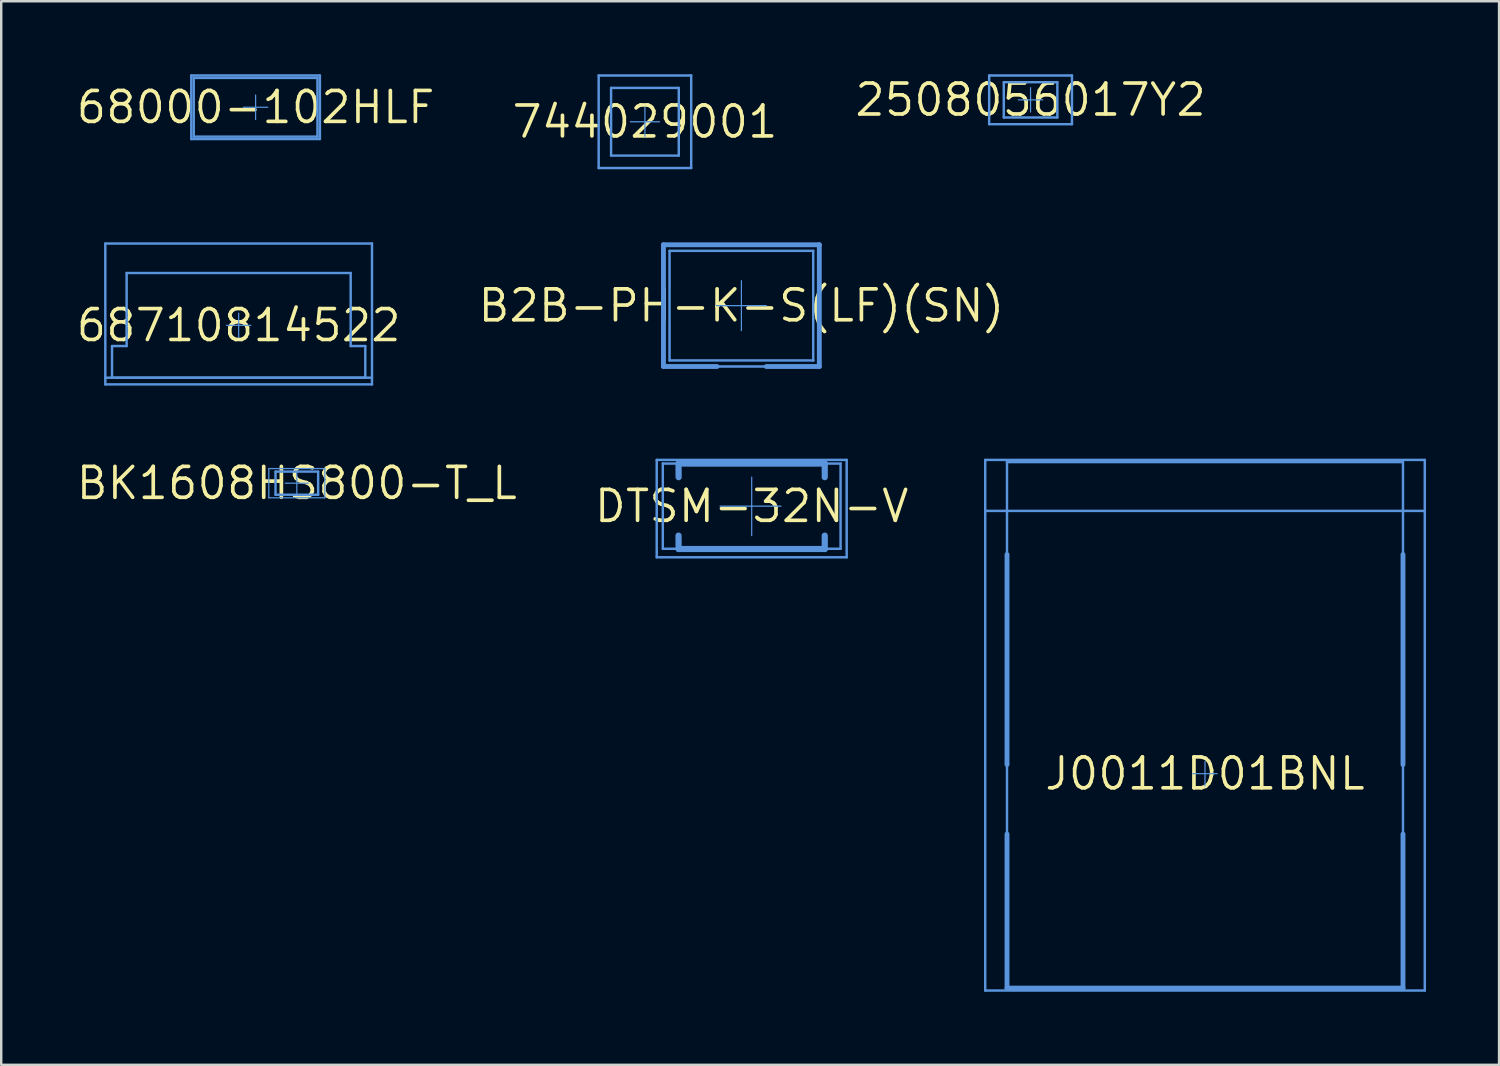
<source format=kicad_pcb>
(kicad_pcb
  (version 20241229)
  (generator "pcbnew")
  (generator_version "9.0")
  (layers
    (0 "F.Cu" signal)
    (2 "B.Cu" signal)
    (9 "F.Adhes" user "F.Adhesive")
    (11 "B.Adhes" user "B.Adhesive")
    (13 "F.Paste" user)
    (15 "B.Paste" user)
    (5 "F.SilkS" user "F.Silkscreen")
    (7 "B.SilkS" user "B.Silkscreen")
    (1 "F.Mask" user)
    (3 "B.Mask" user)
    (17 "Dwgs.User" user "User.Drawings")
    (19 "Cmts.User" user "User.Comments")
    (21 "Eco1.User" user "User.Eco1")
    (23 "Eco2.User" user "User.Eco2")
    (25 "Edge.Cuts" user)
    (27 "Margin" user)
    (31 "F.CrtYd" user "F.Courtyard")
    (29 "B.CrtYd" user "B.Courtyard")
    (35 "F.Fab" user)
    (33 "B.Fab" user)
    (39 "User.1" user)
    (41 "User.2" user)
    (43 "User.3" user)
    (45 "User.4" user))
  (footprint "68710814522"
    (layer "F.Cu")
    (at 6.75 10.31)
    (property "Reference" "68710814522" (at 0 0 0) (layer "F.SilkS") (effects (font (size 1.27 1.27) (thickness 0.15))))
    (attr through_hole)
    (fp_line (start -5.475 -3.36) (end 5.475 -3.36) (stroke (width 0.05) (type solid)) (layer "Cmts.User"))
    (fp_line (start -5.475 -3.36) (end 5.475 -3.36) (stroke (width 0.1) (type solid)) (layer "Cmts.User"))
    (fp_line (start -5.475 2.15) (end 5.475 2.15) (stroke (width 0.1) (type solid)) (layer "Cmts.User"))
    (fp_line (start -5.475 2.425) (end -5.475 -3.36) (stroke (width 0.05) (type solid)) (layer "Cmts.User"))
    (fp_line (start -5.475 2.425) (end -5.475 -3.36) (stroke (width 0.1) (type solid)) (layer "Cmts.User"))
    (fp_line (start -5.475 2.425) (end 5.475 2.425) (stroke (width 0.05) (type solid)) (layer "Cmts.User"))
    (fp_line (start -5.475 2.425) (end 5.475 2.425) (stroke (width 0.1) (type solid)) (layer "Cmts.User"))
    (fp_line (start -5.2 0.85) (end -4.6 0.85) (stroke (width 0.1) (type solid)) (layer "Cmts.User"))
    (fp_line (start -5.2 2.15) (end -5.2 0.85) (stroke (width 0.1) (type solid)) (layer "Cmts.User"))
    (fp_line (start -5.2 2.15) (end 5.2 2.15) (stroke (width 0.1) (type solid)) (layer "Cmts.User"))
    (fp_line (start -4.6 -2.15) (end 4.6 -2.15) (stroke (width 0.1) (type solid)) (layer "Cmts.User"))
    (fp_line (start -4.6 0.85) (end -4.6 -2.15) (stroke (width 0.1) (type solid)) (layer "Cmts.User"))
    (fp_line (start -0.5 0) (end 0.5 0) (stroke (width 0.05) (type solid)) (layer "Cmts.User"))
    (fp_line (start 0 0.5) (end 0 -0.5) (stroke (width 0.05) (type solid)) (layer "Cmts.User"))
    (fp_line (start 4.6 0.85) (end 4.6 -2.15) (stroke (width 0.1) (type solid)) (layer "Cmts.User"))
    (fp_line (start 4.6 0.85) (end 5.2 0.85) (stroke (width 0.1) (type solid)) (layer "Cmts.User"))
    (fp_line (start 5.2 2.15) (end 5.2 0.85) (stroke (width 0.1) (type solid)) (layer "Cmts.User"))
    (fp_line (start 5.475 2.425) (end 5.475 -3.36) (stroke (width 0.05) (type solid)) (layer "Cmts.User"))
    (fp_line (start 5.475 2.425) (end 5.475 -3.36) (stroke (width 0.1) (type solid)) (layer "Cmts.User")))
  (footprint "BK1608HS800-T_L"
    (layer "F.Cu")
    (at 9.139 16.791)
    (property "Reference" "BK1608HS800-T_L" (at 0 0 0) (layer "F.SilkS") (effects (font (size 1.27 1.27) (thickness 0.15))))
    (attr through_hole)
    (fp_line (start -1.15 -0.6) (end 1.15 -0.6) (stroke (width 0.05) (type solid)) (layer "Cmts.User"))
    (fp_line (start -1.15 0.6) (end -1.15 -0.6) (stroke (width 0.05) (type solid)) (layer "Cmts.User"))
    (fp_line (start -1.15 0.6) (end 1.15 0.6) (stroke (width 0.05) (type solid)) (layer "Cmts.User"))
    (fp_line (start -0.875 -0.475) (end 0.875 -0.475) (stroke (width 0.1) (type solid)) (layer "Cmts.User"))
    (fp_line (start -0.875 0.475) (end -0.875 -0.475) (stroke (width 0.1) (type solid)) (layer "Cmts.User"))
    (fp_line (start -0.875 0.475) (end 0.875 0.475) (stroke (width 0.1) (type solid)) (layer "Cmts.User"))
    (fp_line (start -0.475 0) (end 0.475 0) (stroke (width 0.05) (type solid)) (layer "Cmts.User"))
    (fp_line (start 0 0.475) (end 0 -0.475) (stroke (width 0.05) (type solid)) (layer "Cmts.User"))
    (fp_line (start 0.875 0.475) (end 0.875 -0.475) (stroke (width 0.1) (type solid)) (layer "Cmts.User"))
    (fp_line (start 1.15 0.6) (end 1.15 -0.6) (stroke (width 0.05) (type solid)) (layer "Cmts.User")))
  (footprint "68000-102HLF"
    (layer "F.Cu")
    (at 7.446 1.355)
    (property "Reference" "68000-102HLF" (at 0 0 0) (layer "F.SilkS") (effects (font (size 1.27 1.27) (thickness 0.15))))
    (attr through_hole)
    (fp_line (start -2.64 -1.305) (end 2.64 -1.305) (stroke (width 0.05) (type solid)) (layer "Cmts.User"))
    (fp_line (start -2.64 -1.305) (end 2.64 -1.305) (stroke (width 0.1) (type solid)) (layer "Cmts.User"))
    (fp_line (start -2.64 1.305) (end -2.64 -1.305) (stroke (width 0.05) (type solid)) (layer "Cmts.User"))
    (fp_line (start -2.64 1.305) (end -2.64 -1.305) (stroke (width 0.1) (type solid)) (layer "Cmts.User"))
    (fp_line (start -2.64 1.305) (end 2.64 1.305) (stroke (width 0.05) (type solid)) (layer "Cmts.User"))
    (fp_line (start -2.64 1.305) (end 2.64 1.305) (stroke (width 0.1) (type solid)) (layer "Cmts.User"))
    (fp_line (start -2.54 -1.205) (end 2.54 -1.205) (stroke (width 0.1) (type solid)) (layer "Cmts.User"))
    (fp_line (start -2.54 1.205) (end -2.54 -1.205) (stroke (width 0.1) (type solid)) (layer "Cmts.User"))
    (fp_line (start -2.54 1.205) (end 2.54 1.205) (stroke (width 0.1) (type solid)) (layer "Cmts.User"))
    (fp_line (start -0.5 0) (end 0.5 0) (stroke (width 0.05) (type solid)) (layer "Cmts.User"))
    (fp_line (start 0 0.5) (end 0 -0.5) (stroke (width 0.05) (type solid)) (layer "Cmts.User"))
    (fp_line (start 2.54 1.205) (end 2.54 -1.205) (stroke (width 0.1) (type solid)) (layer "Cmts.User"))
    (fp_line (start 2.64 1.305) (end 2.64 -1.305) (stroke (width 0.05) (type solid)) (layer "Cmts.User"))
    (fp_line (start 2.64 1.305) (end 2.64 -1.305) (stroke (width 0.1) (type solid)) (layer "Cmts.User")))
  (footprint "B2B-PH-K-S(LF)(SN)"
    (layer "F.Cu")
    (at 27.394 9.5)
    (property "Reference" "B2B-PH-K-S(LF)(SN)" (at 0 0 0) (layer "F.SilkS") (effects (font (size 1.27 1.27) (thickness 0.15))))
    (attr through_hole)
    (fp_line (start -3.2 -2.5) (end 3.2 -2.5) (stroke (width 0.05) (type solid)) (layer "Cmts.User"))
    (fp_line (start -3.2 -2.5) (end 3.2 -2.5) (stroke (width 0.1) (type solid)) (layer "Cmts.User"))
    (fp_line (start -3.2 -2.5) (end 3.2 -2.5) (stroke (width 0.2) (type solid)) (layer "Cmts.User"))
    (fp_line (start -3.2 2.5) (end -3.2 -2.5) (stroke (width 0.05) (type solid)) (layer "Cmts.User"))
    (fp_line (start -3.2 2.5) (end -3.2 -2.5) (stroke (width 0.1) (type solid)) (layer "Cmts.User"))
    (fp_line (start -3.2 2.5) (end -3.2 -2.5) (stroke (width 0.2) (type solid)) (layer "Cmts.User"))
    (fp_line (start -3.2 2.5) (end -1 2.5) (stroke (width 0.2) (type solid)) (layer "Cmts.User"))
    (fp_line (start -3.2 2.5) (end 3.2 2.5) (stroke (width 0.05) (type solid)) (layer "Cmts.User"))
    (fp_line (start -3.2 2.5) (end 3.2 2.5) (stroke (width 0.1) (type solid)) (layer "Cmts.User"))
    (fp_line (start -2.95 -2.25) (end 2.95 -2.25) (stroke (width 0.1) (type solid)) (layer "Cmts.User"))
    (fp_line (start -2.95 2.25) (end -2.95 -2.25) (stroke (width 0.1) (type solid)) (layer "Cmts.User"))
    (fp_line (start -2.95 2.25) (end 2.95 2.25) (stroke (width 0.1) (type solid)) (layer "Cmts.User"))
    (fp_line (start -1.024 0) (end 0 0) (stroke (width 0.05) (type solid)) (layer "Cmts.User"))
    (fp_line (start 0 0) (end 0 -1.024) (stroke (width 0.05) (type solid)) (layer "Cmts.User"))
    (fp_line (start 0 0) (end 1.024 0) (stroke (width 0.05) (type solid)) (layer "Cmts.User"))
    (fp_line (start 0 1.024) (end 0 0) (stroke (width 0.05) (type solid)) (layer "Cmts.User"))
    (fp_line (start 1.024 2.5) (end 3.2 2.5) (stroke (width 0.2) (type solid)) (layer "Cmts.User"))
    (fp_line (start 2.95 2.25) (end 2.95 2.25) (stroke (width 0.1) (type solid)) (layer "Cmts.User"))
    (fp_line (start 2.95 2.25) (end 2.95 -2.25) (stroke (width 0.1) (type solid)) (layer "Cmts.User"))
    (fp_line (start 3.2 2.5) (end 3.2 -2.5) (stroke (width 0.05) (type solid)) (layer "Cmts.User"))
    (fp_line (start 3.2 2.5) (end 3.2 -2.5) (stroke (width 0.1) (type solid)) (layer "Cmts.User"))
    (fp_line (start 3.2 2.5) (end 3.2 -2.5) (stroke (width 0.2) (type solid)) (layer "Cmts.User")))
  (footprint "J0011D01BNL"
    (layer "F.Cu")
    (at 46.431 28.72)
    (property "Reference" "J0011D01BNL" (at 0 0 0) (layer "F.SilkS") (effects (font (size 1.27 1.27) (thickness 0.15))))
    (attr through_hole)
    (fp_line (start -9.025 -12.885) (end 9.025 -12.885) (stroke (width 0.05) (type solid)) (layer "Cmts.User"))
    (fp_line (start -9.025 -12.885) (end 9.025 -12.885) (stroke (width 0.1) (type solid)) (layer "Cmts.User"))
    (fp_line (start -9.025 -10.79) (end 9.025 -10.79) (stroke (width 0.1) (type solid)) (layer "Cmts.User"))
    (fp_line (start -9.025 8.905) (end -9.025 -12.885) (stroke (width 0.05) (type solid)) (layer "Cmts.User"))
    (fp_line (start -9.025 8.905) (end -9.025 -12.885) (stroke (width 0.1) (type solid)) (layer "Cmts.User"))
    (fp_line (start -9.025 8.905) (end 9.025 8.905) (stroke (width 0.05) (type solid)) (layer "Cmts.User"))
    (fp_line (start -9.025 8.905) (end 9.025 8.905) (stroke (width 0.1) (type solid)) (layer "Cmts.User"))
    (fp_line (start -8.13 -12.794) (end 8.13 -12.794) (stroke (width 0.1) (type solid)) (layer "Cmts.User"))
    (fp_line (start -8.13 -12.785) (end -8.13 -12.794) (stroke (width 0.1) (type solid)) (layer "Cmts.User"))
    (fp_line (start -8.13 -0.372) (end -8.13 -9) (stroke (width 0.2) (type solid)) (layer "Cmts.User"))
    (fp_line (start -8.13 8.805) (end -8.13 -12.785) (stroke (width 0.1) (type solid)) (layer "Cmts.User"))
    (fp_line (start -8.13 8.805) (end -8.13 2.482) (stroke (width 0.2) (type solid)) (layer "Cmts.User"))
    (fp_line (start -8.13 8.805) (end 8.13 8.805) (stroke (width 0.1) (type solid)) (layer "Cmts.User"))
    (fp_line (start -8.13 8.805) (end 8.13 8.805) (stroke (width 0.2) (type solid)) (layer "Cmts.User"))
    (fp_line (start -0.5 0) (end 0.5 0) (stroke (width 0.05) (type solid)) (layer "Cmts.User"))
    (fp_line (start 0 0.5) (end 0 -0.5) (stroke (width 0.05) (type solid)) (layer "Cmts.User"))
    (fp_line (start 8.13 8.805) (end 8.13 -12.794) (stroke (width 0.1) (type solid)) (layer "Cmts.User"))
    (fp_line (start 8.13 8.805) (end 8.13 8.805) (stroke (width 0.1) (type solid)) (layer "Cmts.User"))
    (fp_line (start 8.13 -0.372) (end 8.13 -9) (stroke (width 0.2) (type solid)) (layer "Cmts.User"))
    (fp_line (start 8.13 8.805) (end 8.13 2.482) (stroke (width 0.2) (type solid)) (layer "Cmts.User"))
    (fp_line (start 9.025 8.905) (end 9.025 -12.885) (stroke (width 0.05) (type solid)) (layer "Cmts.User"))
    (fp_line (start 9.025 8.905) (end 9.025 -12.885) (stroke (width 0.1) (type solid)) (layer "Cmts.User")))
  (footprint "2508056017Y2"
    (layer "F.Cu")
    (at 39.268 1.05)
    (property "Reference" "2508056017Y2" (at 0 0 0) (layer "F.SilkS") (effects (font (size 1.27 1.27) (thickness 0.15))))
    (attr through_hole)
    (fp_line (start -1.7 -1) (end 1.7 -1) (stroke (width 0.05) (type solid)) (layer "Cmts.User"))
    (fp_line (start -1.7 -1) (end 1.7 -1) (stroke (width 0.1) (type solid)) (layer "Cmts.User"))
    (fp_line (start -1.7 1) (end -1.7 -1) (stroke (width 0.05) (type solid)) (layer "Cmts.User"))
    (fp_line (start -1.7 1) (end -1.7 -1) (stroke (width 0.1) (type solid)) (layer "Cmts.User"))
    (fp_line (start -1.7 1) (end 1.7 1) (stroke (width 0.05) (type solid)) (layer "Cmts.User"))
    (fp_line (start -1.7 1) (end 1.7 1) (stroke (width 0.1) (type solid)) (layer "Cmts.User"))
    (fp_line (start -1.1 -0.725) (end 1.1 -0.725) (stroke (width 0.1) (type solid)) (layer "Cmts.User"))
    (fp_line (start -1.1 0.725) (end -1.1 -0.725) (stroke (width 0.1) (type solid)) (layer "Cmts.User"))
    (fp_line (start -1.1 0.725) (end 1.1 0.725) (stroke (width 0.1) (type solid)) (layer "Cmts.User"))
    (fp_line (start -0.5 0) (end 0.5 0) (stroke (width 0.05) (type solid)) (layer "Cmts.User"))
    (fp_line (start 0 0.5) (end 0 -0.5) (stroke (width 0.05) (type solid)) (layer "Cmts.User"))
    (fp_line (start 1.1 0.725) (end 1.1 -0.725) (stroke (width 0.1) (type solid)) (layer "Cmts.User"))
    (fp_line (start 1.7 1) (end 1.7 -1) (stroke (width 0.05) (type solid)) (layer "Cmts.User"))
    (fp_line (start 1.7 1) (end 1.7 -1) (stroke (width 0.1) (type solid)) (layer "Cmts.User")))
  (footprint "DTSM-32N-V"
    (layer "F.Cu")
    (at 27.817 17.735)
    (property "Reference" "DTSM-32N-V" (at 0 0 0) (layer "F.SilkS") (effects (font (size 1.27 1.27) (thickness 0.15))))
    (attr through_hole)
    (fp_line (start -3.9 -1.9) (end 3.9 -1.9) (stroke (width 0.05) (type solid)) (layer "Cmts.User"))
    (fp_line (start -3.9 -1.9) (end 3.9 -1.9) (stroke (width 0.1) (type solid)) (layer "Cmts.User"))
    (fp_line (start -3.9 2.1) (end -3.9 -1.9) (stroke (width 0.05) (type solid)) (layer "Cmts.User"))
    (fp_line (start -3.9 2.1) (end -3.9 -1.9) (stroke (width 0.1) (type solid)) (layer "Cmts.User"))
    (fp_line (start -3.9 2.1) (end 3.9 2.1) (stroke (width 0.05) (type solid)) (layer "Cmts.User"))
    (fp_line (start -3.9 2.1) (end 3.9 2.1) (stroke (width 0.1) (type solid)) (layer "Cmts.User"))
    (fp_line (start -3.65 -1.75) (end 3.65 -1.75) (stroke (width 0.1) (type solid)) (layer "Cmts.User"))
    (fp_line (start -3.65 1.75) (end -3.65 -1.75) (stroke (width 0.1) (type solid)) (layer "Cmts.User"))
    (fp_line (start -3.65 1.75) (end 3.65 1.75) (stroke (width 0.1) (type solid)) (layer "Cmts.User"))
    (fp_line (start -3.005 -1.75) (end -3 -1.191) (stroke (width 0.254) (type solid)) (layer "Cmts.User"))
    (fp_line (start -3.005 1.209) (end -3 1.759) (stroke (width 0.254) (type solid)) (layer "Cmts.User"))
    (fp_line (start -3 -1.75) (end 3 -1.75) (stroke (width 0.254) (type solid)) (layer "Cmts.User"))
    (fp_line (start -3 1.759) (end 3 1.759) (stroke (width 0.254) (type solid)) (layer "Cmts.User"))
    (fp_line (start -1.3 0) (end 0 0) (stroke (width 0.05) (type solid)) (layer "Cmts.User"))
    (fp_line (start 0 0) (end 0 -1.191) (stroke (width 0.05) (type solid)) (layer "Cmts.User"))
    (fp_line (start 0 0) (end 1.2 0) (stroke (width 0.05) (type solid)) (layer "Cmts.User"))
    (fp_line (start 0 1.209) (end 0 0) (stroke (width 0.05) (type solid)) (layer "Cmts.User"))
    (fp_line (start 3 -1.191) (end 3 -1.75) (stroke (width 0.254) (type solid)) (layer "Cmts.User"))
    (fp_line (start 3 1.759) (end 3 1.209) (stroke (width 0.254) (type solid)) (layer "Cmts.User"))
    (fp_line (start 3.65 1.75) (end 3.65 -1.75) (stroke (width 0.1) (type solid)) (layer "Cmts.User"))
    (fp_line (start 3.9 2.1) (end 3.9 -1.9) (stroke (width 0.05) (type solid)) (layer "Cmts.User"))
    (fp_line (start 3.9 2.1) (end 3.9 -1.9) (stroke (width 0.1) (type solid)) (layer "Cmts.User")))
  (footprint "744029001"
    (layer "F.Cu")
    (at 23.433 1.95)
    (property "Reference" "744029001" (at 0 0 0) (layer "F.SilkS") (effects (font (size 1.27 1.27) (thickness 0.15))))
    (attr through_hole)
    (fp_line (start -1.9 -1.9) (end 1.9 -1.9) (stroke (width 0.05) (type solid)) (layer "Cmts.User"))
    (fp_line (start -1.9 -1.9) (end 1.9 -1.9) (stroke (width 0.1) (type solid)) (layer "Cmts.User"))
    (fp_line (start -1.9 1.9) (end -1.9 -1.9) (stroke (width 0.05) (type solid)) (layer "Cmts.User"))
    (fp_line (start -1.9 1.9) (end -1.9 -1.9) (stroke (width 0.1) (type solid)) (layer "Cmts.User"))
    (fp_line (start -1.9 1.9) (end 1.9 1.9) (stroke (width 0.05) (type solid)) (layer "Cmts.User"))
    (fp_line (start -1.9 1.9) (end 1.9 1.9) (stroke (width 0.1) (type solid)) (layer "Cmts.User"))
    (fp_line (start -1.39 -1.39) (end 1.39 -1.39) (stroke (width 0.1) (type solid)) (layer "Cmts.User"))
    (fp_line (start -1.39 1.39) (end -1.39 -1.39) (stroke (width 0.1) (type solid)) (layer "Cmts.User"))
    (fp_line (start -1.39 1.39) (end 1.39 1.39) (stroke (width 0.1) (type solid)) (layer "Cmts.User"))
    (fp_line (start -0.6 0) (end 0 0) (stroke (width 0.05) (type solid)) (layer "Cmts.User"))
    (fp_line (start 0 0) (end 0 -0.6) (stroke (width 0.05) (type solid)) (layer "Cmts.User"))
    (fp_line (start 0 0) (end 0.6 0) (stroke (width 0.05) (type solid)) (layer "Cmts.User"))
    (fp_line (start 0 0.6) (end 0 0) (stroke (width 0.05) (type solid)) (layer "Cmts.User"))
    (fp_line (start 1.39 1.39) (end 1.39 -1.39) (stroke (width 0.1) (type solid)) (layer "Cmts.User"))
    (fp_line (start 1.9 1.9) (end 1.9 -1.9) (stroke (width 0.05) (type solid)) (layer "Cmts.User"))
    (fp_line (start 1.9 1.9) (end 1.9 -1.9) (stroke (width 0.1) (type solid)) (layer "Cmts.User")))
  (gr_rect
    (start -3 -3)
    (end 58.506 40.675)
    (stroke (width 0.1) (type default))
    (fill no)
    (layer "Edge.Cuts")))
</source>
